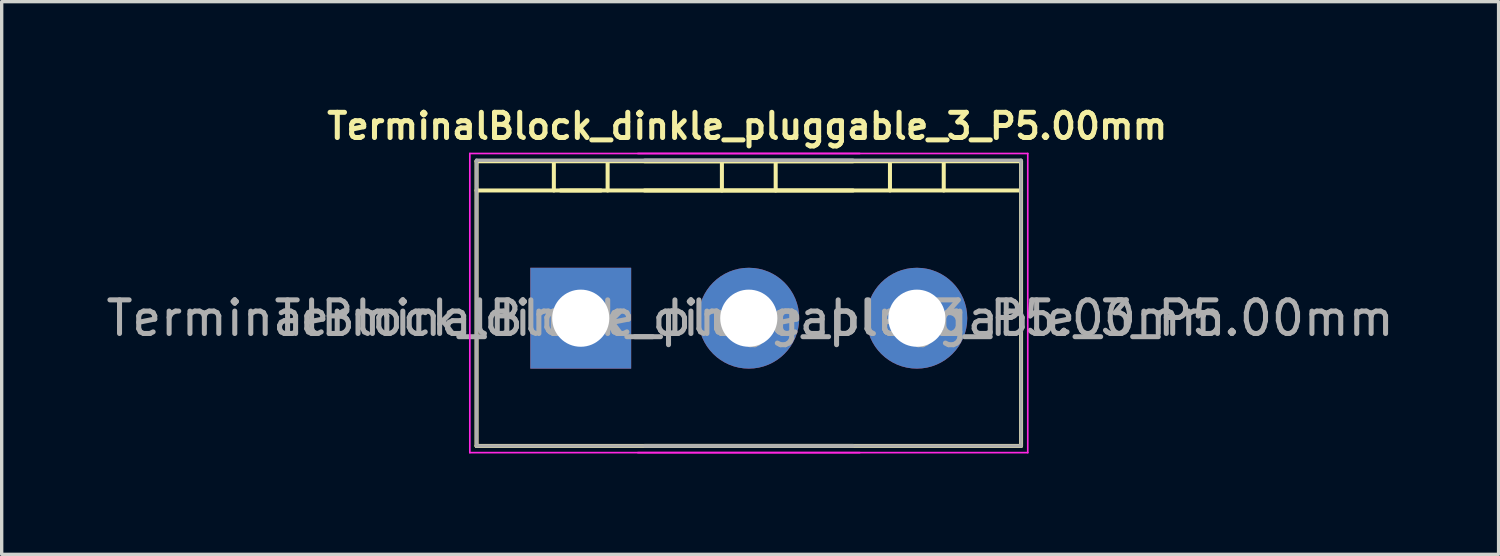
<source format=kicad_pcb>
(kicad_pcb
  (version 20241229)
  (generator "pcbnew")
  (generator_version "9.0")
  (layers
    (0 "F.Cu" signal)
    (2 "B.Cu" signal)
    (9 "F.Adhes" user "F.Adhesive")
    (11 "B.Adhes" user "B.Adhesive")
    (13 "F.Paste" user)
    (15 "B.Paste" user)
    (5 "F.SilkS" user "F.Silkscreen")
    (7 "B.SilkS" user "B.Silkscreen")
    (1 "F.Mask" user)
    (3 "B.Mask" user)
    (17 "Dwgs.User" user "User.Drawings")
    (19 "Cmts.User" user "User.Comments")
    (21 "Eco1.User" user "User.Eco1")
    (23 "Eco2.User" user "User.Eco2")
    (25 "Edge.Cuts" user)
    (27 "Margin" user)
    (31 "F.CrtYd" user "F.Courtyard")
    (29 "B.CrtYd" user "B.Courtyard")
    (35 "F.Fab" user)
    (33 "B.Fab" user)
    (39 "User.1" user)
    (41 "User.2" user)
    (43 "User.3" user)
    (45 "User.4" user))
  (footprint "TerminalBlock_dinkle_pluggable_3_P5.00mm"
    (layer "F.Cu")
    (at 14.228 6.417)
    (property "Reference" "TerminalBlock_dinkle_pluggable_3_P5.00mm" (at 4.953 -5.715 0) (layer "F.SilkS") (effects (font (size 0.75 0.75) (thickness 0.15))))
    (attr through_hole)
    (fp_line (start -3.1 -4.67) (end -3.1 3.8) (stroke (width 0.12) (type solid)) (layer "F.SilkS"))
    (fp_line (start -3.1 -4.67) (end 8.1 -4.67) (stroke (width 0.12) (type solid)) (layer "F.SilkS"))
    (fp_line (start -3.1 -3.8) (end 8.1 -3.8) (stroke (width 0.12) (type solid)) (layer "F.SilkS"))
    (fp_line (start -3.1 3.8) (end 8.1 3.8) (stroke (width 0.12) (type solid)) (layer "F.SilkS"))
    (fp_line (start -0.8 -4.6) (end -0.8 -3.8) (stroke (width 0.12) (type solid)) (layer "F.SilkS"))
    (fp_line (start -0.6 -3.8) (end 0.6 -3.8) (stroke (width 0.12) (type solid)) (layer "F.SilkS"))
    (fp_line (start 0.8 -3.8) (end 0.8 -4.6) (stroke (width 0.12) (type solid)) (layer "F.SilkS"))
    (fp_line (start 1.9 -4.67) (end 13.1 -4.67) (stroke (width 0.12) (type solid)) (layer "F.SilkS"))
    (fp_line (start 1.9 -3.8) (end 13.1 -3.8) (stroke (width 0.12) (type solid)) (layer "F.SilkS"))
    (fp_line (start 1.9 3.8) (end 13.1 3.8) (stroke (width 0.12) (type solid)) (layer "F.SilkS"))
    (fp_line (start 4.2 -3.8) (end 4.2 -4.6) (stroke (width 0.12) (type solid)) (layer "F.SilkS"))
    (fp_line (start 5.8 -3.8) (end 5.8 -4.6) (stroke (width 0.12) (type solid)) (layer "F.SilkS"))
    (fp_line (start 9.2 -3.8) (end 9.2 -4.6) (stroke (width 0.12) (type solid)) (layer "F.SilkS"))
    (fp_line (start 10.8 -3.8) (end 10.8 -4.6) (stroke (width 0.12) (type solid)) (layer "F.SilkS"))
    (fp_line (start 13.1 3.8) (end 13.1 -4.67) (stroke (width 0.12) (type solid)) (layer "F.SilkS"))
    (fp_line (start -3.3 -4.9) (end -3.3 4) (stroke (width 0.05) (type solid)) (layer "F.CrtYd"))
    (fp_line (start -3.3 -4.9) (end 8.3 -4.9) (stroke (width 0.05) (type solid)) (layer "F.CrtYd"))
    (fp_line (start 1.7 -4.9) (end 13.3 -4.9) (stroke (width 0.05) (type solid)) (layer "F.CrtYd"))
    (fp_line (start 8.3 4) (end -3.3 4) (stroke (width 0.05) (type solid)) (layer "F.CrtYd"))
    (fp_line (start 13.3 4) (end 1.7 4) (stroke (width 0.05) (type solid)) (layer "F.CrtYd"))
    (fp_line (start 13.3 4) (end 13.3 -4.9) (stroke (width 0.05) (type solid)) (layer "F.CrtYd"))
    (fp_line (start -3.1 -4.7) (end -3.1 3.8) (stroke (width 0.1) (type solid)) (layer "F.Fab"))
    (fp_line (start -3.1 3.8) (end 8.1 3.8) (stroke (width 0.1) (type solid)) (layer "F.Fab"))
    (fp_line (start 1.9 3.8) (end 13.1 3.8) (stroke (width 0.1) (type solid)) (layer "F.Fab"))
    (fp_line (start 8.1 -4.7) (end -3.1 -4.7) (stroke (width 0.1) (type solid)) (layer "F.Fab"))
    (fp_line (start 13.1 -4.7) (end 1.9 -4.7) (stroke (width 0.1) (type solid)) (layer "F.Fab"))
    (fp_line (start 13.1 3.8) (end 13.1 -4.7) (stroke (width 0.1) (type solid)) (layer "F.Fab"))
    (fp_text user "${REFERENCE}" (at 2.54 0 0) (layer "F.Fab") (effects (font (size 1 1) (thickness 0.15))))
    (fp_text user "${REFERENCE}" (at 7.54 0 0) (layer "F.Fab") (effects (font (size 1 1) (thickness 0.15))))
    (pad "1" thru_hole rect (at 0 0) (size 3 3) (drill 1.7) (layers "*.Cu" "*.Mask"))
    (pad "2" thru_hole circle (at 5 0) (size 3 3) (drill 1.7) (layers "*.Cu" "*.Mask"))
    (pad "3" thru_hole circle (at 10 0) (size 3 3) (drill 1.7) (layers "*.Cu" "*.Mask")))
  (gr_rect
    (start -3 -3)
    (end 41.536 13.442)
    (stroke (width 0.1) (type default))
    (fill no)
    (layer "Edge.Cuts")))
</source>
